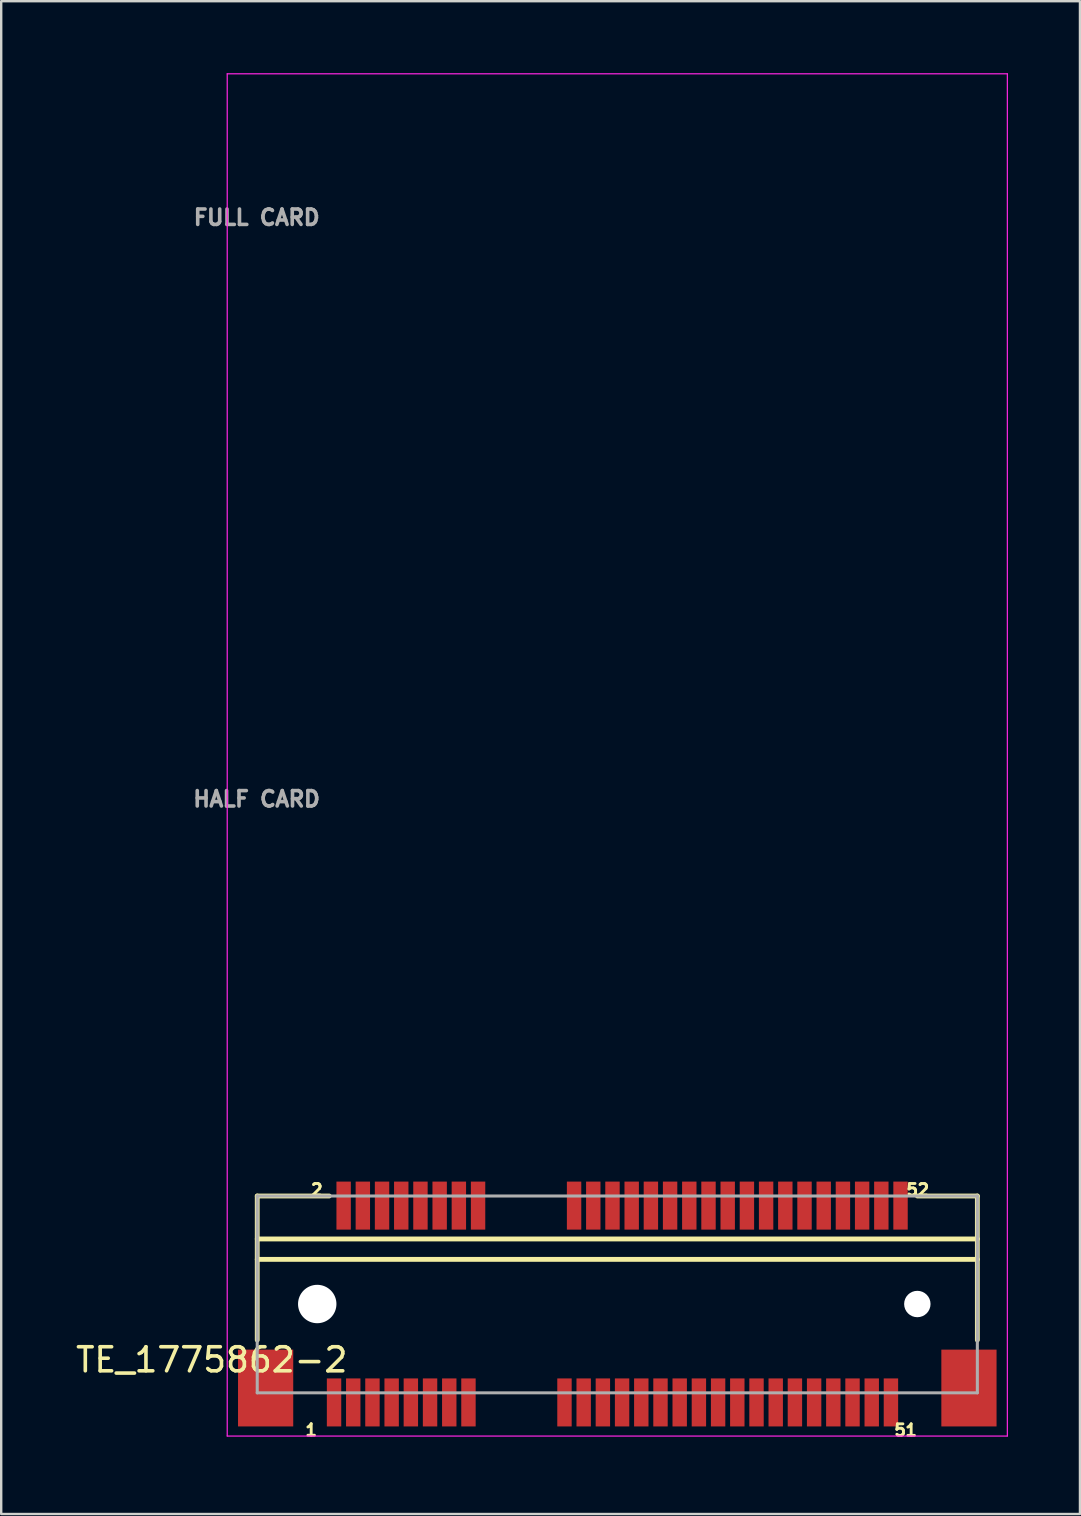
<source format=kicad_pcb>
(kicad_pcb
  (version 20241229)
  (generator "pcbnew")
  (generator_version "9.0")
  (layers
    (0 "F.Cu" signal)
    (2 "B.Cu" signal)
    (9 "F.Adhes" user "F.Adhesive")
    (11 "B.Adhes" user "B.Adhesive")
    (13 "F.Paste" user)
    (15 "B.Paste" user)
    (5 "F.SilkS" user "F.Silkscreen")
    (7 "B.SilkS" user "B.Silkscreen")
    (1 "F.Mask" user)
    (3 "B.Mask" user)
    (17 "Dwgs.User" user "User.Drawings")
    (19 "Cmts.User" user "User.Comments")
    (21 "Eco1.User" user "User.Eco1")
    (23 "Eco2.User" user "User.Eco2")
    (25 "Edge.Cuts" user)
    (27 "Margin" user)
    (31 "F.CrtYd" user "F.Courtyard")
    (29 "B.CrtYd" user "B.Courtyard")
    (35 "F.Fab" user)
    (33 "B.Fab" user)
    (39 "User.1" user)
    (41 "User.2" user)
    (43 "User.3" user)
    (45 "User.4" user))
  (footprint "TE_1775862-2"
    (layer "F.Cu")
    (at 22.666 51.275)
    (property "Reference" "TE_1775862-2" (at -16.895 2.326 180) (layer "F.SilkS") (effects (font (size 1.001 1.001) (thickness 0.15))))
    (attr smd)
    (fp_line (start -15 -4.5) (end -15 1.5) (stroke (width 0.2) (type solid)) (layer "F.SilkS"))
    (fp_line (start -15 -2.71) (end 15 -2.71) (stroke (width 0.2) (type solid)) (layer "F.SilkS"))
    (fp_line (start -15 -1.86) (end 15 -1.86) (stroke (width 0.2) (type solid)) (layer "F.SilkS"))
    (fp_line (start -12 -4.5) (end -15 -4.5) (stroke (width 0.2) (type solid)) (layer "F.SilkS"))
    (fp_line (start 15 -4.5) (end 12.5 -4.5) (stroke (width 0.2) (type solid)) (layer "F.SilkS"))
    (fp_line (start 15 1.5) (end 15 -4.5) (stroke (width 0.2) (type solid)) (layer "F.SilkS"))
    (fp_line (start -16.25 -51.25) (end 16.25 -51.25) (stroke (width 0.05) (type solid)) (layer "F.CrtYd"))
    (fp_line (start -16.25 5.5) (end -16.25 -51.25) (stroke (width 0.05) (type solid)) (layer "F.CrtYd"))
    (fp_line (start 16.25 -51.25) (end 16.25 5.5) (stroke (width 0.05) (type solid)) (layer "F.CrtYd"))
    (fp_line (start 16.25 5.5) (end -16.25 5.5) (stroke (width 0.05) (type solid)) (layer "F.CrtYd"))
    (fp_line (start -15 -4.5) (end 15 -4.5) (stroke (width 0.127) (type solid)) (layer "F.Fab"))
    (fp_line (start -15 3.7) (end -15 -4.5) (stroke (width 0.127) (type solid)) (layer "F.Fab"))
    (fp_line (start 15 -4.5) (end 15 3.7) (stroke (width 0.127) (type solid)) (layer "F.Fab"))
    (fp_line (start 15 3.7) (end -15 3.7) (stroke (width 0.127) (type solid)) (layer "F.Fab"))
    (fp_text user "51" (at 12.013 5.256 0) (layer "F.SilkS") (effects (font (size 0.481 0.481) (thickness 0.15))))
    (fp_text user "2" (at -12.519 -4.757 0) (layer "F.SilkS") (effects (font (size 0.481 0.481) (thickness 0.15))))
    (fp_text user "52" (at 12.518 -4.757 0) (layer "F.SilkS") (effects (font (size 0.481 0.481) (thickness 0.15))))
    (fp_text user "1" (at -12.752 5.251 0) (layer "F.SilkS") (effects (font (size 0.48 0.48) (thickness 0.15))))
    (fp_text user "HALF CARD" (at -15.026 -21.037 0) (layer "F.Fab") (effects (font (size 0.641 0.641) (thickness 0.15))))
    (fp_text user "FULL CARD" (at -15.022 -45.265 0) (layer "F.Fab") (effects (font (size 0.641 0.641) (thickness 0.15))))
    (pad "" np_thru_hole circle (at -12.5 0) (size 1.6 1.6) (drill 1.6) (layers "*.Cu" "*.Mask"))
    (pad "" np_thru_hole circle (at 12.5 0) (size 1.1 1.1) (drill 1.1) (layers "*.Cu" "*.Mask"))
    (pad "1" smd rect (at -11.8 4.1) (size 0.6 2) (layers "F.Cu" "F.Mask" "F.Paste"))
    (pad "2" smd rect (at -11.4 -4.1) (size 0.6 2) (layers "F.Cu" "F.Mask" "F.Paste"))
    (pad "3" smd rect (at -11 4.1) (size 0.6 2) (layers "F.Cu" "F.Mask" "F.Paste"))
    (pad "4" smd rect (at -10.6 -4.1) (size 0.6 2) (layers "F.Cu" "F.Mask" "F.Paste"))
    (pad "5" smd rect (at -10.2 4.1) (size 0.6 2) (layers "F.Cu" "F.Mask" "F.Paste"))
    (pad "6" smd rect (at -9.8 -4.1) (size 0.6 2) (layers "F.Cu" "F.Mask" "F.Paste"))
    (pad "7" smd rect (at -9.4 4.1) (size 0.6 2) (layers "F.Cu" "F.Mask" "F.Paste"))
    (pad "8" smd rect (at -9 -4.1) (size 0.6 2) (layers "F.Cu" "F.Mask" "F.Paste"))
    (pad "9" smd rect (at -8.6 4.1) (size 0.6 2) (layers "F.Cu" "F.Mask" "F.Paste"))
    (pad "10" smd rect (at -8.2 -4.1) (size 0.6 2) (layers "F.Cu" "F.Mask" "F.Paste"))
    (pad "11" smd rect (at -7.8 4.1) (size 0.6 2) (layers "F.Cu" "F.Mask" "F.Paste"))
    (pad "12" smd rect (at -7.4 -4.1) (size 0.6 2) (layers "F.Cu" "F.Mask" "F.Paste"))
    (pad "13" smd rect (at -7 4.1) (size 0.6 2) (layers "F.Cu" "F.Mask" "F.Paste"))
    (pad "14" smd rect (at -6.6 -4.1) (size 0.6 2) (layers "F.Cu" "F.Mask" "F.Paste"))
    (pad "15" smd rect (at -6.2 4.1) (size 0.6 2) (layers "F.Cu" "F.Mask" "F.Paste"))
    (pad "16" smd rect (at -5.8 -4.1) (size 0.6 2) (layers "F.Cu" "F.Mask" "F.Paste"))
    (pad "17" smd rect (at -2.2 4.1) (size 0.6 2) (layers "F.Cu" "F.Mask" "F.Paste"))
    (pad "18" smd rect (at -1.8 -4.1) (size 0.6 2) (layers "F.Cu" "F.Mask" "F.Paste"))
    (pad "19" smd rect (at -1.4 4.1) (size 0.6 2) (layers "F.Cu" "F.Mask" "F.Paste"))
    (pad "20" smd rect (at -1 -4.1) (size 0.6 2) (layers "F.Cu" "F.Mask" "F.Paste"))
    (pad "21" smd rect (at -0.6 4.1) (size 0.6 2) (layers "F.Cu" "F.Mask" "F.Paste"))
    (pad "22" smd rect (at -0.2 -4.1) (size 0.6 2) (layers "F.Cu" "F.Mask" "F.Paste"))
    (pad "23" smd rect (at 0.2 4.1) (size 0.6 2) (layers "F.Cu" "F.Mask" "F.Paste"))
    (pad "24" smd rect (at 0.6 -4.1) (size 0.6 2) (layers "F.Cu" "F.Mask" "F.Paste"))
    (pad "25" smd rect (at 1 4.1) (size 0.6 2) (layers "F.Cu" "F.Mask" "F.Paste"))
    (pad "26" smd rect (at 1.4 -4.1) (size 0.6 2) (layers "F.Cu" "F.Mask" "F.Paste"))
    (pad "27" smd rect (at 1.8 4.1) (size 0.6 2) (layers "F.Cu" "F.Mask" "F.Paste"))
    (pad "28" smd rect (at 2.2 -4.1) (size 0.6 2) (layers "F.Cu" "F.Mask" "F.Paste"))
    (pad "29" smd rect (at 2.6 4.1) (size 0.6 2) (layers "F.Cu" "F.Mask" "F.Paste"))
    (pad "30" smd rect (at 3 -4.1) (size 0.6 2) (layers "F.Cu" "F.Mask" "F.Paste"))
    (pad "31" smd rect (at 3.4 4.1) (size 0.6 2) (layers "F.Cu" "F.Mask" "F.Paste"))
    (pad "32" smd rect (at 3.8 -4.1) (size 0.6 2) (layers "F.Cu" "F.Mask" "F.Paste"))
    (pad "33" smd rect (at 4.2 4.1) (size 0.6 2) (layers "F.Cu" "F.Mask" "F.Paste"))
    (pad "34" smd rect (at 4.6 -4.1) (size 0.6 2) (layers "F.Cu" "F.Mask" "F.Paste"))
    (pad "35" smd rect (at 5 4.1) (size 0.6 2) (layers "F.Cu" "F.Mask" "F.Paste"))
    (pad "36" smd rect (at 5.4 -4.1) (size 0.6 2) (layers "F.Cu" "F.Mask" "F.Paste"))
    (pad "37" smd rect (at 5.8 4.1) (size 0.6 2) (layers "F.Cu" "F.Mask" "F.Paste"))
    (pad "38" smd rect (at 6.2 -4.1) (size 0.6 2) (layers "F.Cu" "F.Mask" "F.Paste"))
    (pad "39" smd rect (at 6.6 4.1) (size 0.6 2) (layers "F.Cu" "F.Mask" "F.Paste"))
    (pad "40" smd rect (at 7 -4.1) (size 0.6 2) (layers "F.Cu" "F.Mask" "F.Paste"))
    (pad "41" smd rect (at 7.4 4.1) (size 0.6 2) (layers "F.Cu" "F.Mask" "F.Paste"))
    (pad "42" smd rect (at 7.8 -4.1) (size 0.6 2) (layers "F.Cu" "F.Mask" "F.Paste"))
    (pad "43" smd rect (at 8.2 4.1) (size 0.6 2) (layers "F.Cu" "F.Mask" "F.Paste"))
    (pad "44" smd rect (at 8.6 -4.1) (size 0.6 2) (layers "F.Cu" "F.Mask" "F.Paste"))
    (pad "45" smd rect (at 9 4.1) (size 0.6 2) (layers "F.Cu" "F.Mask" "F.Paste"))
    (pad "46" smd rect (at 9.4 -4.1) (size 0.6 2) (layers "F.Cu" "F.Mask" "F.Paste"))
    (pad "47" smd rect (at 9.8 4.1) (size 0.6 2) (layers "F.Cu" "F.Mask" "F.Paste"))
    (pad "48" smd rect (at 10.2 -4.1) (size 0.6 2) (layers "F.Cu" "F.Mask" "F.Paste"))
    (pad "49" smd rect (at 10.6 4.1) (size 0.6 2) (layers "F.Cu" "F.Mask" "F.Paste"))
    (pad "50" smd rect (at 11 -4.1) (size 0.6 2) (layers "F.Cu" "F.Mask" "F.Paste"))
    (pad "51" smd rect (at 11.4 4.1) (size 0.6 2) (layers "F.Cu" "F.Mask" "F.Paste"))
    (pad "52" smd rect (at 11.8 -4.1) (size 0.6 2) (layers "F.Cu" "F.Mask" "F.Paste"))
    (pad "P1" smd rect (at -14.65 3.5) (size 2.3 3.2) (layers "F.Cu" "F.Mask" "F.Paste"))
    (pad "P2" smd rect (at 14.65 3.5) (size 2.3 3.2) (layers "F.Cu" "F.Mask" "F.Paste"))
    (zone (net_name "") (layer "F.Cu") (hatch full 0.508) (connect_pads) (min_thickness 0.01) (filled_areas_thickness no) (keepout (tracks not_allowed) (vias not_allowed) (pads not_allowed) (copperpour not_allowed) (footprints allowed)) (placement (enabled no)) (fill) (polygon (pts (xy 7.648 24.475) (xy 13.466 24.475) (xy 13.466 30.25) (xy 7.648 30.25))))
    (zone (net_name "") (layer "F.Cu") (hatch full 0.508) (connect_pads) (min_thickness 0.01) (filled_areas_thickness no) (keepout (tracks not_allowed) (vias not_allowed) (pads not_allowed) (copperpour not_allowed) (footprints allowed)) (placement (enabled no)) (fill) (polygon (pts (xy 7.653 0.325) (xy 13.466 0.325) (xy 13.466 6.087) (xy 7.653 6.087))))
    (zone (net_name "") (layer "F.Cu") (hatch full 0.508) (connect_pads) (min_thickness 0.01) (filled_areas_thickness no) (keepout (tracks not_allowed) (vias not_allowed) (pads not_allowed) (copperpour not_allowed) (footprints allowed)) (placement (enabled no)) (fill) (polygon (pts (xy 31.872 24.475) (xy 37.666 24.475) (xy 37.666 30.261) (xy 31.872 30.261))))
    (zone (net_name "") (layer "F.Cu") (hatch full 0.508) (connect_pads) (min_thickness 0.01) (filled_areas_thickness no) (keepout (tracks not_allowed) (vias not_allowed) (pads not_allowed) (copperpour not_allowed) (footprints allowed)) (placement (enabled no)) (fill) (polygon (pts (xy 31.88 0.325) (xy 37.666 0.325) (xy 37.666 6.056) (xy 31.88 6.056))))
    (zone (net_name "") (layers "F.Cu" "B.Cu") (hatch full 0.508) (connect_pads) (min_thickness 0.01) (filled_areas_thickness no) (keepout (tracks allowed) (vias not_allowed) (pads allowed) (copperpour allowed) (footprints allowed)) (placement (enabled no)) (fill) (polygon (pts (xy 7.639 24.475) (xy 13.466 24.475) (xy 13.466 30.237) (xy 7.639 30.237))))
    (zone (net_name "") (layers "F.Cu" "B.Cu") (hatch full 0.508) (connect_pads) (min_thickness 0.01) (filled_areas_thickness no) (keepout (tracks allowed) (vias not_allowed) (pads allowed) (copperpour allowed) (footprints allowed)) (placement (enabled no)) (fill) (polygon (pts (xy 7.644 0.325) (xy 13.466 0.325) (xy 13.466 6.06) (xy 7.644 6.06))))
    (zone (net_name "") (layers "F.Cu" "B.Cu") (hatch full 0.508) (connect_pads) (min_thickness 0.01) (filled_areas_thickness no) (keepout (tracks allowed) (vias not_allowed) (pads allowed) (copperpour allowed) (footprints allowed)) (placement (enabled no)) (fill) (polygon (pts (xy 31.867 0.325) (xy 37.666 0.325) (xy 37.666 6.119) (xy 31.867 6.119))))
    (zone (net_name "") (layers "F.Cu" "B.Cu") (hatch full 0.508) (connect_pads) (min_thickness 0.01) (filled_areas_thickness no) (keepout (tracks allowed) (vias not_allowed) (pads allowed) (copperpour allowed) (footprints allowed)) (placement (enabled no)) (fill) (polygon (pts (xy 31.87 24.475) (xy 37.666 24.475) (xy 37.666 30.265) (xy 31.87 30.265))))
    (zone (net_name "") (layer "B.Cu") (hatch full 0.508) (connect_pads) (min_thickness 0.01) (filled_areas_thickness no) (keepout (tracks not_allowed) (vias not_allowed) (pads not_allowed) (copperpour not_allowed) (footprints allowed)) (placement (enabled no)) (fill) (polygon (pts (xy 7.652 24.475) (xy 13.466 24.475) (xy 13.466 30.255) (xy 7.652 30.255))))
    (zone (net_name "") (layer "B.Cu") (hatch full 0.508) (connect_pads) (min_thickness 0.01) (filled_areas_thickness no) (keepout (tracks not_allowed) (vias not_allowed) (pads not_allowed) (copperpour not_allowed) (footprints allowed)) (placement (enabled no)) (fill) (polygon (pts (xy 7.663 0.325) (xy 13.466 0.325) (xy 13.466 6.116) (xy 7.663 6.116))))
    (zone (net_name "") (layer "B.Cu") (hatch full 0.508) (connect_pads) (min_thickness 0.01) (filled_areas_thickness no) (keepout (tracks not_allowed) (vias not_allowed) (pads not_allowed) (copperpour not_allowed) (footprints allowed)) (placement (enabled no)) (fill) (polygon (pts (xy 31.866 0.325) (xy 37.666 0.325) (xy 37.666 6.124) (xy 31.866 6.124))))
    (zone (net_name "") (layer "B.Cu") (hatch full 0.508) (connect_pads) (min_thickness 0.01) (filled_areas_thickness no) (keepout (tracks not_allowed) (vias not_allowed) (pads not_allowed) (copperpour not_allowed) (footprints allowed)) (placement (enabled no)) (fill) (polygon (pts (xy 31.882 24.475) (xy 37.666 24.475) (xy 37.666 30.238) (xy 31.882 30.238)))))
  (gr_rect
    (start -3 -3)
    (end 41.941 60.023)
    (stroke (width 0.1) (type default))
    (fill no)
    (layer "Edge.Cuts")))
</source>
